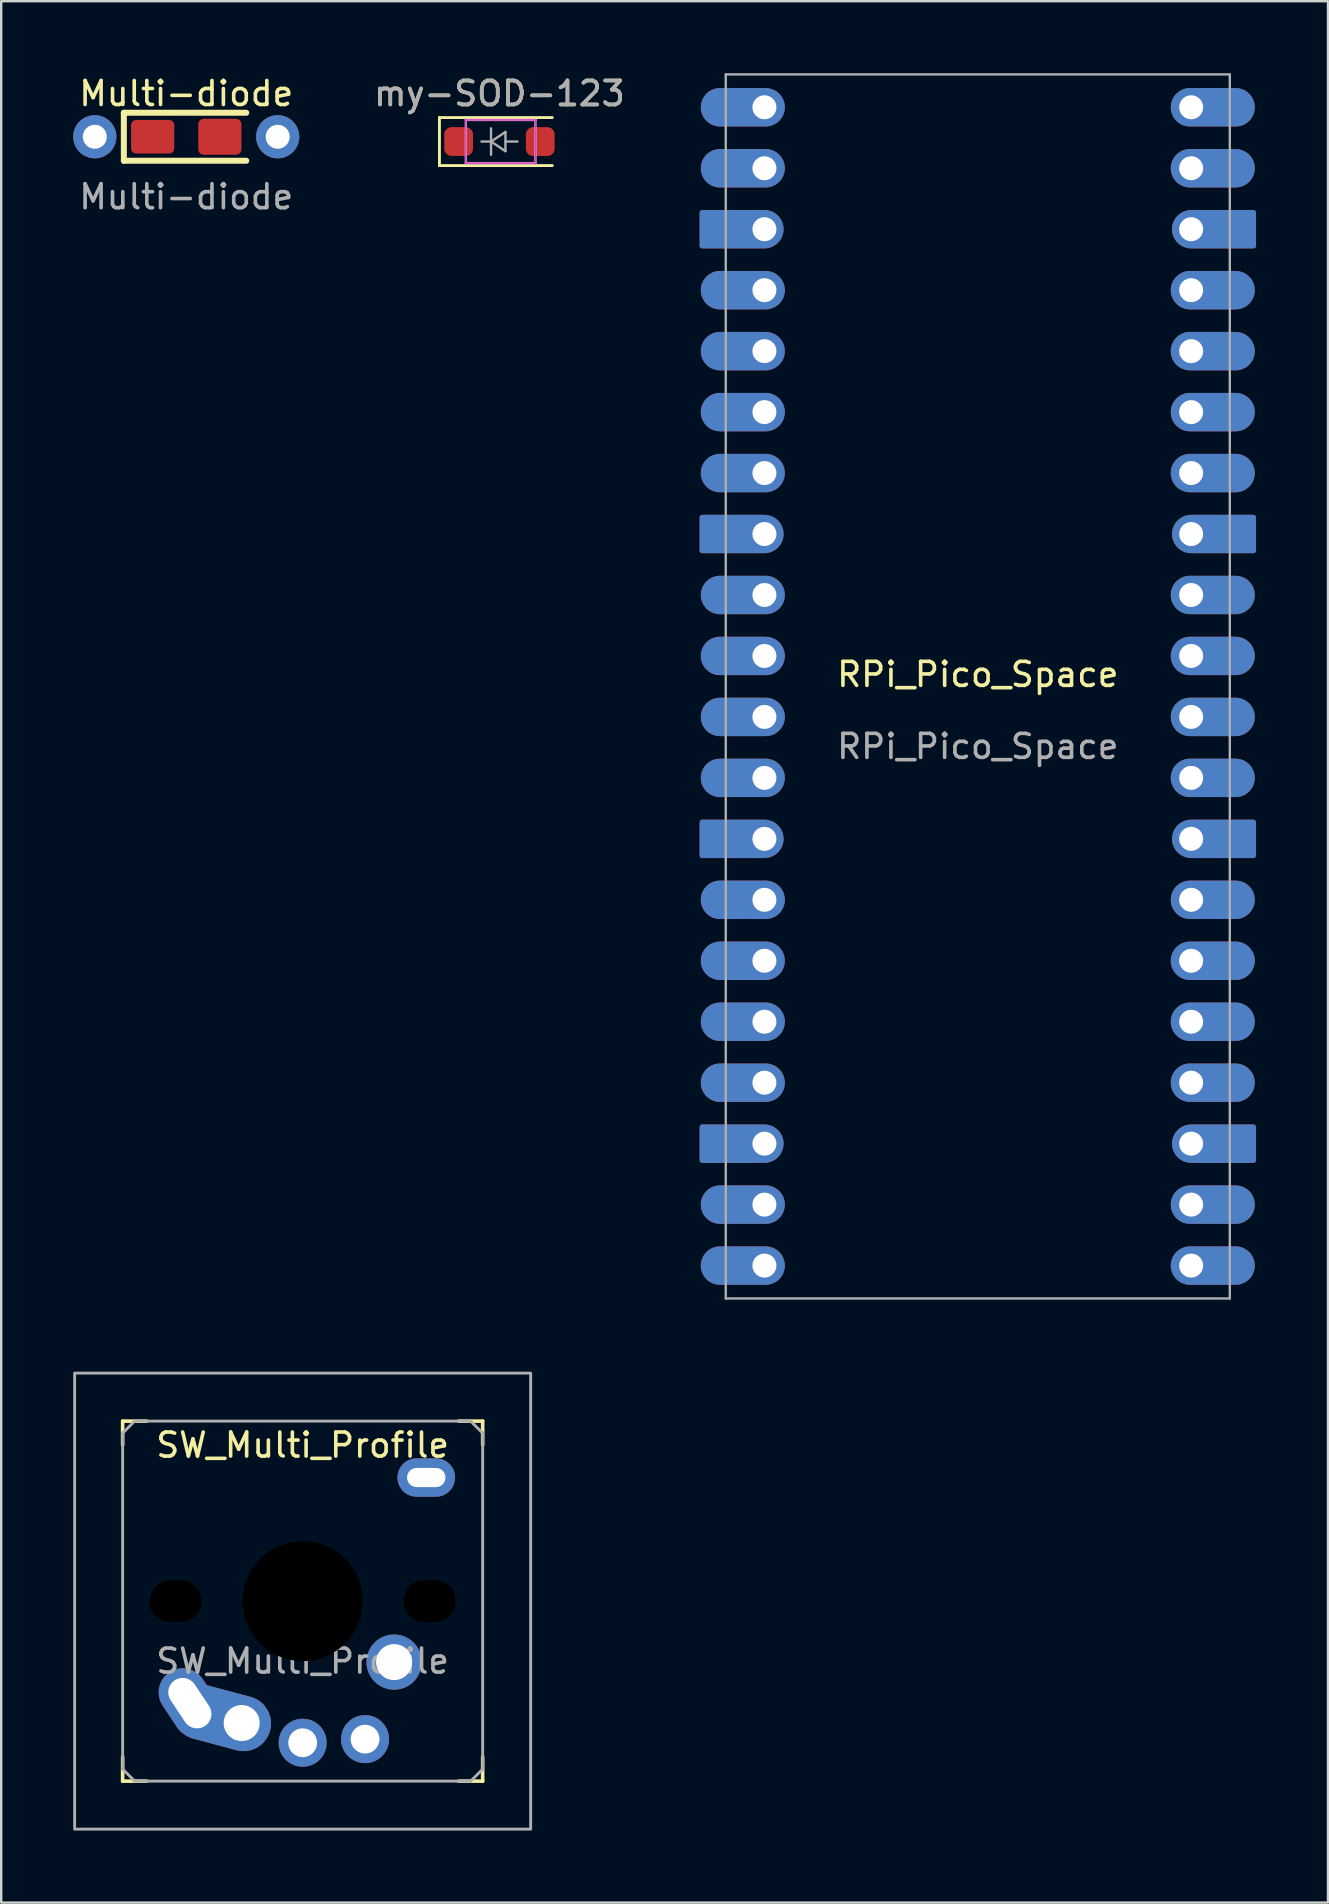
<source format=kicad_pcb>
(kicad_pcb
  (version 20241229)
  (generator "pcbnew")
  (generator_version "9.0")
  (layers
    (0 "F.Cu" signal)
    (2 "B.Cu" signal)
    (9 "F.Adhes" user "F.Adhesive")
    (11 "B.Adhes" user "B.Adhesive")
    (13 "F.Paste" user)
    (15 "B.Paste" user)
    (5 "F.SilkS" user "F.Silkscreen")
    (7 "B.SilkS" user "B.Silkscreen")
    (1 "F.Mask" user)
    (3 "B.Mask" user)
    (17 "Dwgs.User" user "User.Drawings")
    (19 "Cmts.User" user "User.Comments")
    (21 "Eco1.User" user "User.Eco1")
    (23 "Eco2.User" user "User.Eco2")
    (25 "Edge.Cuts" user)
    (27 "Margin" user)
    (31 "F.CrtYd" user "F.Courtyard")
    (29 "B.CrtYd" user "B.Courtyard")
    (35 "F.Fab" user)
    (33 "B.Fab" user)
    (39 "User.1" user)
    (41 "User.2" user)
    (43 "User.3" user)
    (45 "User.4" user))
  (footprint "Multi-diode"
    (layer "F.Cu")
    (at 4.71 2.648)
    (property "Reference" "Multi-diode" (at 0 -1.8 0) (unlocked yes) (layer "F.SilkS") (effects (font (size 1 1) (thickness 0.15))))
    (attr through_hole)
    (fp_line (start -2.6 -1) (end -2.6 1) (stroke (width 0.25) (type solid)) (layer "F.SilkS"))
    (fp_line (start -2.6 -1) (end 2.5 -1) (stroke (width 0.25) (type solid)) (layer "F.SilkS"))
    (fp_line (start -2.6 1) (end 2.5 1) (stroke (width 0.25) (type solid)) (layer "F.SilkS"))
    (fp_text user "${REFERENCE}" (at 0 2.5 0) (unlocked yes) (layer "F.Fab") (effects (font (size 1 1) (thickness 0.15))))
    (pad "1" thru_hole circle (at -3.81 0) (size 1.8 1.8) (drill 1) (layers "*.Cu" "B.Mask"))
    (pad "1" smd roundrect (at -1.4 0) (size 1.8 1.4) (layers "F.Cu" "F.Mask" "F.Paste") (roundrect_rratio 0.15))
    (pad "2" smd roundrect (at 1.4 0 180) (size 1.8 1.5) (layers "F.Cu" "F.Mask" "F.Paste") (roundrect_rratio 0.15))
    (pad "2" thru_hole circle (at 3.81 0) (size 1.8 1.8) (drill 1) (layers "*.Cu" "B.Mask")))
  (footprint "my-SOD-123"
    (layer "F.Cu")
    (at 17.759 2.848)
    (property "Reference" "my-SOD-123" (at 0 -2 0) (layer "F.SilkS") (effects (font (size 1 1) (thickness 0.15))))
    (attr smd)
    (fp_line (start -2.5 -1) (end -2.5 1) (stroke (width 0.12) (type solid)) (layer "F.SilkS"))
    (fp_line (start -2.5 -1) (end 2.2 -1) (stroke (width 0.12) (type solid)) (layer "F.SilkS"))
    (fp_line (start -2.5 1) (end 2.2 1) (stroke (width 0.12) (type solid)) (layer "F.SilkS"))
    (fp_line (start -1.4 -0.9) (end -1.4 0.9) (stroke (width 0.05) (type solid)) (layer "F.CrtYd"))
    (fp_line (start -1.4 -0.9) (end 1.5 -0.9) (stroke (width 0.05) (type solid)) (layer "F.CrtYd"))
    (fp_line (start 1.5 -0.9) (end 1.5 0.9) (stroke (width 0.05) (type solid)) (layer "F.CrtYd"))
    (fp_line (start 1.5 0.9) (end -1.4 0.9) (stroke (width 0.05) (type solid)) (layer "F.CrtYd"))
    (fp_line (start -1.4 -0.9) (end 1.5 -0.9) (stroke (width 0.1) (type solid)) (layer "F.Fab"))
    (fp_line (start -1.4 0.9) (end -1.4 -0.9) (stroke (width 0.1) (type solid)) (layer "F.Fab"))
    (fp_line (start -0.75 0) (end -0.35 0) (stroke (width 0.1) (type solid)) (layer "F.Fab"))
    (fp_line (start -0.35 0) (end -0.35 -0.55) (stroke (width 0.1) (type solid)) (layer "F.Fab"))
    (fp_line (start -0.35 0) (end -0.35 0.55) (stroke (width 0.1) (type solid)) (layer "F.Fab"))
    (fp_line (start -0.35 0) (end 0.25 -0.4) (stroke (width 0.1) (type solid)) (layer "F.Fab"))
    (fp_line (start 0.25 -0.4) (end 0.25 0.4) (stroke (width 0.1) (type solid)) (layer "F.Fab"))
    (fp_line (start 0.25 0) (end 0.75 0) (stroke (width 0.1) (type solid)) (layer "F.Fab"))
    (fp_line (start 0.25 0.4) (end -0.35 0) (stroke (width 0.1) (type solid)) (layer "F.Fab"))
    (fp_line (start 1.5 -0.9) (end 1.5 0.9) (stroke (width 0.1) (type solid)) (layer "F.Fab"))
    (fp_line (start 1.5 0.9) (end -1.4 0.9) (stroke (width 0.1) (type solid)) (layer "F.Fab"))
    (fp_text user "${REFERENCE}" (at 0 -2 0) (layer "F.Fab") (effects (font (size 1 1) (thickness 0.15))))
    (pad "1" smd roundrect (at -1.7 0) (size 1.2 1.2) (layers "F.Cu" "F.Mask" "F.Paste") (roundrect_rratio 0.25))
    (pad "2" smd roundrect (at 1.7 0) (size 1.2 1.2) (layers "F.Cu" "F.Mask" "F.Paste") (roundrect_rratio 0.25)))
  (footprint "RPi_Pico_Space"
    (layer "F.Cu")
    (at 37.689 25.55)
    (property "Reference" "RPi_Pico_Space" (at 0 -0.5 0) (unlocked yes) (layer "F.SilkS") (effects (font (size 1 1) (thickness 0.15))))
    (attr through_hole)
    (fp_line (start -10.5 -25.5) (end -10.5 25.5) (stroke (width 0.1) (type default)) (layer "F.Fab"))
    (fp_line (start -10.5 25.5) (end 10.5 25.5) (stroke (width 0.1) (type default)) (layer "F.Fab"))
    (fp_line (start 10.5 -25.5) (end -10.5 -25.5) (stroke (width 0.1) (type default)) (layer "F.Fab"))
    (fp_line (start 10.5 25.5) (end 10.5 -25.5) (stroke (width 0.1) (type default)) (layer "F.Fab"))
    (fp_text user "${REFERENCE}" (at 0 2.5 0) (unlocked yes) (layer "F.Fab") (effects (font (size 1 1) (thickness 0.15))))
    (pad "1" thru_hole oval (at -8.89 -24.13) (size 3.5 1.6) (drill 1 (offset -0.9 0)) (layers "*.Cu" "B.Mask"))
    (pad "2" thru_hole oval (at -8.89 -21.59) (size 3.5 1.6) (drill 1 (offset -0.9 0)) (layers "*.Cu" "B.Mask"))
    (pad "3" thru_hole custom (at -8.89 -19.05) (size 1.6 1.6) (drill 1) (layers "*.Cu" "B.Mask") (options (anchor circle)) (primitives (gr_poly (pts (xy -2.6 -0.7) (xy 0 -0.7) (xy 0 0.7) (xy -2.6 0.7)) (width 0.2) (fill yes))))
    (pad "4" thru_hole oval (at -8.89 -16.51) (size 3.5 1.6) (drill 1 (offset -0.9 0)) (layers "*.Cu" "B.Mask"))
    (pad "5" thru_hole oval (at -8.89 -13.97) (size 3.5 1.6) (drill 1 (offset -0.9 0)) (layers "*.Cu" "B.Mask"))
    (pad "6" thru_hole oval (at -8.89 -11.43) (size 3.5 1.6) (drill 1 (offset -0.9 0)) (layers "*.Cu" "B.Mask"))
    (pad "7" thru_hole oval (at -8.89 -8.89) (size 3.5 1.6) (drill 1 (offset -0.9 0)) (layers "*.Cu" "B.Mask"))
    (pad "8" thru_hole custom (at -8.89 -6.35) (size 1.6 1.6) (drill 1) (layers "*.Cu" "B.Mask") (options (anchor circle)) (primitives (gr_poly (pts (xy -2.6 -0.7) (xy 0 -0.7) (xy 0 0.7) (xy -2.6 0.7)) (width 0.2) (fill yes))))
    (pad "9" thru_hole oval (at -8.89 -3.81) (size 3.5 1.6) (drill 1 (offset -0.9 0)) (layers "*.Cu" "B.Mask"))
    (pad "10" thru_hole oval (at -8.89 -1.27) (size 3.5 1.6) (drill 1 (offset -0.9 0)) (layers "*.Cu" "B.Mask"))
    (pad "11" thru_hole oval (at -8.89 1.27) (size 3.5 1.6) (drill 1 (offset -0.9 0)) (layers "*.Cu" "B.Mask"))
    (pad "12" thru_hole oval (at -8.89 3.81) (size 3.5 1.6) (drill 1 (offset -0.9 0)) (layers "*.Cu" "B.Mask"))
    (pad "13" thru_hole custom (at -8.89 6.35) (size 1.6 1.6) (drill 1) (layers "*.Cu" "B.Mask") (options (anchor circle)) (primitives (gr_poly (pts (xy -2.6 -0.7) (xy 0 -0.7) (xy 0 0.7) (xy -2.6 0.7)) (width 0.2) (fill yes))))
    (pad "14" thru_hole oval (at -8.89 8.89) (size 3.5 1.6) (drill 1 (offset -0.9 0)) (layers "*.Cu" "B.Mask"))
    (pad "15" thru_hole oval (at -8.89 11.43) (size 3.5 1.6) (drill 1 (offset -0.9 0)) (layers "*.Cu" "B.Mask"))
    (pad "16" thru_hole oval (at -8.89 13.97) (size 3.5 1.6) (drill 1 (offset -0.9 0)) (layers "*.Cu" "B.Mask"))
    (pad "17" thru_hole oval (at -8.89 16.51) (size 3.5 1.6) (drill 1 (offset -0.9 0)) (layers "*.Cu" "B.Mask"))
    (pad "18" thru_hole custom (at -8.89 19.05) (size 1.6 1.6) (drill 1) (layers "*.Cu" "B.Mask") (options (anchor circle)) (primitives (gr_poly (pts (xy -2.6 -0.7) (xy 0 -0.7) (xy 0 0.7) (xy -2.6 0.7)) (width 0.2) (fill yes))))
    (pad "19" thru_hole oval (at -8.89 21.59) (size 3.5 1.6) (drill 1 (offset -0.9 0)) (layers "*.Cu" "B.Mask"))
    (pad "20" thru_hole oval (at -8.89 24.13) (size 3.5 1.6) (drill 1 (offset -0.9 0)) (layers "*.Cu" "B.Mask"))
    (pad "21" thru_hole oval (at 8.89 24.13 180) (size 3.5 1.6) (drill 1 (offset -0.9 0)) (layers "*.Cu" "B.Mask"))
    (pad "22" thru_hole oval (at 8.89 21.59 180) (size 3.5 1.6) (drill 1 (offset -0.9 0)) (layers "*.Cu" "B.Mask"))
    (pad "23" thru_hole custom (at 8.89 19.05 180) (size 1.6 1.6) (drill 1) (layers "*.Cu" "B.Mask") (options (anchor circle)) (primitives (gr_poly (pts (xy -2.6 -0.7) (xy 0 -0.7) (xy 0 0.7) (xy -2.6 0.7)) (width 0.2) (fill yes))))
    (pad "24" thru_hole oval (at 8.89 16.51 180) (size 3.5 1.6) (drill 1 (offset -0.9 0)) (layers "*.Cu" "B.Mask"))
    (pad "25" thru_hole oval (at 8.89 13.97 180) (size 3.5 1.6) (drill 1 (offset -0.9 0)) (layers "*.Cu" "B.Mask"))
    (pad "26" thru_hole oval (at 8.89 11.43 180) (size 3.5 1.6) (drill 1 (offset -0.9 0)) (layers "*.Cu" "B.Mask"))
    (pad "27" thru_hole oval (at 8.89 8.89 180) (size 3.5 1.6) (drill 1 (offset -0.9 0)) (layers "*.Cu" "B.Mask"))
    (pad "28" thru_hole custom (at 8.89 6.35 180) (size 1.6 1.6) (drill 1) (layers "*.Cu" "B.Mask") (options (anchor circle)) (primitives (gr_poly (pts (xy -2.6 -0.7) (xy 0 -0.7) (xy 0 0.7) (xy -2.6 0.7)) (width 0.2) (fill yes))))
    (pad "29" thru_hole oval (at 8.89 3.81 180) (size 3.5 1.6) (drill 1 (offset -0.9 0)) (layers "*.Cu" "B.Mask"))
    (pad "30" thru_hole oval (at 8.89 1.27 180) (size 3.5 1.6) (drill 1 (offset -0.9 0)) (layers "*.Cu" "B.Mask"))
    (pad "31" thru_hole oval (at 8.89 -1.27 180) (size 3.5 1.6) (drill 1 (offset -0.9 0)) (layers "*.Cu" "B.Mask"))
    (pad "32" thru_hole oval (at 8.89 -3.81 180) (size 3.5 1.6) (drill 1 (offset -0.9 0)) (layers "*.Cu" "B.Mask"))
    (pad "33" thru_hole custom (at 8.89 -6.35 180) (size 1.6 1.6) (drill 1) (layers "*.Cu" "B.Mask") (options (anchor circle)) (primitives (gr_poly (pts (xy -2.6 -0.7) (xy 0 -0.7) (xy 0 0.7) (xy -2.6 0.7)) (width 0.2) (fill yes))))
    (pad "34" thru_hole oval (at 8.89 -8.89 180) (size 3.5 1.6) (drill 1 (offset -0.9 0)) (layers "*.Cu" "B.Mask"))
    (pad "35" thru_hole oval (at 8.89 -11.43 180) (size 3.5 1.6) (drill 1 (offset -0.9 0)) (layers "*.Cu" "B.Mask"))
    (pad "36" thru_hole oval (at 8.89 -13.97 180) (size 3.5 1.6) (drill 1 (offset -0.9 0)) (layers "*.Cu" "B.Mask"))
    (pad "37" thru_hole oval (at 8.89 -16.51 180) (size 3.5 1.6) (drill 1 (offset -0.9 0)) (layers "*.Cu" "B.Mask"))
    (pad "38" thru_hole custom (at 8.89 -19.05 180) (size 1.6 1.6) (drill 1) (layers "*.Cu" "B.Mask") (options (anchor circle)) (primitives (gr_poly (pts (xy -2.6 -0.7) (xy 0 -0.7) (xy 0 0.7) (xy -2.6 0.7)) (width 0.2) (fill yes))))
    (pad "39" thru_hole oval (at 8.89 -21.59 180) (size 3.5 1.6) (drill 1 (offset -0.9 0)) (layers "*.Cu" "B.Mask"))
    (pad "40" thru_hole oval (at 8.89 -24.13 180) (size 3.5 1.6) (drill 1 (offset -0.9 0)) (layers "*.Cu" "B.Mask"))
    (zone (net_name "") (layers "F.Cu" "B.Cu") (name "Mechanical space") (hatch edge 0.508) (connect_pads) (min_thickness 0.254) (filled_areas_thickness no) (keepout (tracks not_allowed) (vias not_allowed) (pads not_allowed) (copperpour not_allowed) (footprints allowed)) (placement (enabled no)) (fill) (polygon (pts (xy 45.689 51.05) (xy 29.689 51.05) (xy 29.689 0.05) (xy 45.689 0.05)))))
  (footprint "SW_Multi_Profile"
    (layer "F.Cu")
    (at 9.56 63.66)
    (property "Reference" "SW_Multi_Profile" (at 0 -6.5 0) (layer "F.SilkS") (effects (font (size 1 1) (thickness 0.15))))
    (attr through_hole)
    (fp_line (start -7.5 -6.5) (end -7.5 -7.5) (stroke (width 0.15) (type solid)) (layer "F.SilkS"))
    (fp_line (start -7.5 6.5) (end -7.5 7.5) (stroke (width 0.15) (type solid)) (layer "F.SilkS"))
    (fp_line (start -6.5 -7.5) (end -7.5 -7.5) (stroke (width 0.15) (type solid)) (layer "F.SilkS"))
    (fp_line (start -6.5 7.5) (end -7.5 7.5) (stroke (width 0.15) (type solid)) (layer "F.SilkS"))
    (fp_line (start 6.5 -7.5) (end 7.5 -7.5) (stroke (width 0.15) (type solid)) (layer "F.SilkS"))
    (fp_line (start 6.5 7.5) (end 7.5 7.5) (stroke (width 0.15) (type solid)) (layer "F.SilkS"))
    (fp_line (start 7.5 -6.5) (end 7.5 -7.5) (stroke (width 0.15) (type solid)) (layer "F.SilkS"))
    (fp_line (start 7.5 6.5) (end 7.5 7.5) (stroke (width 0.15) (type solid)) (layer "F.SilkS"))
    (fp_line (start -7.5 -7) (end -7 -7.5) (stroke (width 0.12) (type solid)) (layer "F.Fab"))
    (fp_line (start -7.5 7) (end -7.5 -7) (stroke (width 0.12) (type solid)) (layer "F.Fab"))
    (fp_line (start -7 -7.5) (end 7 -7.5) (stroke (width 0.12) (type solid)) (layer "F.Fab"))
    (fp_line (start -7 7.5) (end -7.5 7) (stroke (width 0.12) (type solid)) (layer "F.Fab"))
    (fp_line (start 7 -7.5) (end 7.5 -7) (stroke (width 0.12) (type solid)) (layer "F.Fab"))
    (fp_line (start 7 7.5) (end -7 7.5) (stroke (width 0.12) (type solid)) (layer "F.Fab"))
    (fp_line (start 7.5 -7) (end 7.5 7) (stroke (width 0.12) (type solid)) (layer "F.Fab"))
    (fp_line (start 7.5 7) (end 7 7.5) (stroke (width 0.12) (type solid)) (layer "F.Fab"))
    (fp_rect (start -9.5 -9.5) (end 9.5 9.5) (stroke (width 0.12) (type solid)) (fill no) (layer "F.Fab"))
    (fp_text user "${REFERENCE}" (at 0 2.5 0) (layer "F.Fab") (effects (font (size 1 1) (thickness 0.15))))
    (pad "" np_thru_hole oval (at -5.29 0) (size 2.17 1.75) (drill oval 2.17 1.75) (layers "*.Mask"))
    (pad "" np_thru_hole circle (at 0 0) (size 5 5) (drill 5) (layers "*.Mask"))
    (pad "" thru_hole oval (at 5.15 -5.15) (size 2.4 1.6) (drill oval 1.6 0.8) (layers "*.Cu" "B.Mask"))
    (pad "" np_thru_hole oval (at 5.29 0) (size 2.17 1.75) (drill oval 2.17 1.75) (layers "*.Mask"))
    (pad "1" thru_hole oval (at -4.7 4.25 303.6) (size 3.082 2) (drill oval 2.282 1.2) (layers "*.Cu" "B.Mask"))
    (pad "1" thru_hole oval (at -2.54 5.08 345) (size 4.15 2.3) (drill 1.5 (offset -0.85 0)) (layers "*.Cu" "B.Mask"))
    (pad "2" thru_hole circle (at 0 5.9) (size 2 2) (drill 1.2) (layers "*.Cu" "B.Mask"))
    (pad "2" thru_hole circle (at 2.6 5.75) (size 2 2) (drill 1.2) (layers "*.Cu" "B.Mask"))
    (pad "2" thru_hole circle (at 3.81 2.54) (size 2.3 2.3) (drill 1.5) (layers "*.Cu" "B.Mask")))
  (gr_rect
    (start -3 -3)
    (end 52.279 76.22)
    (stroke (width 0.1) (type default))
    (fill no)
    (layer "Edge.Cuts")))
</source>
